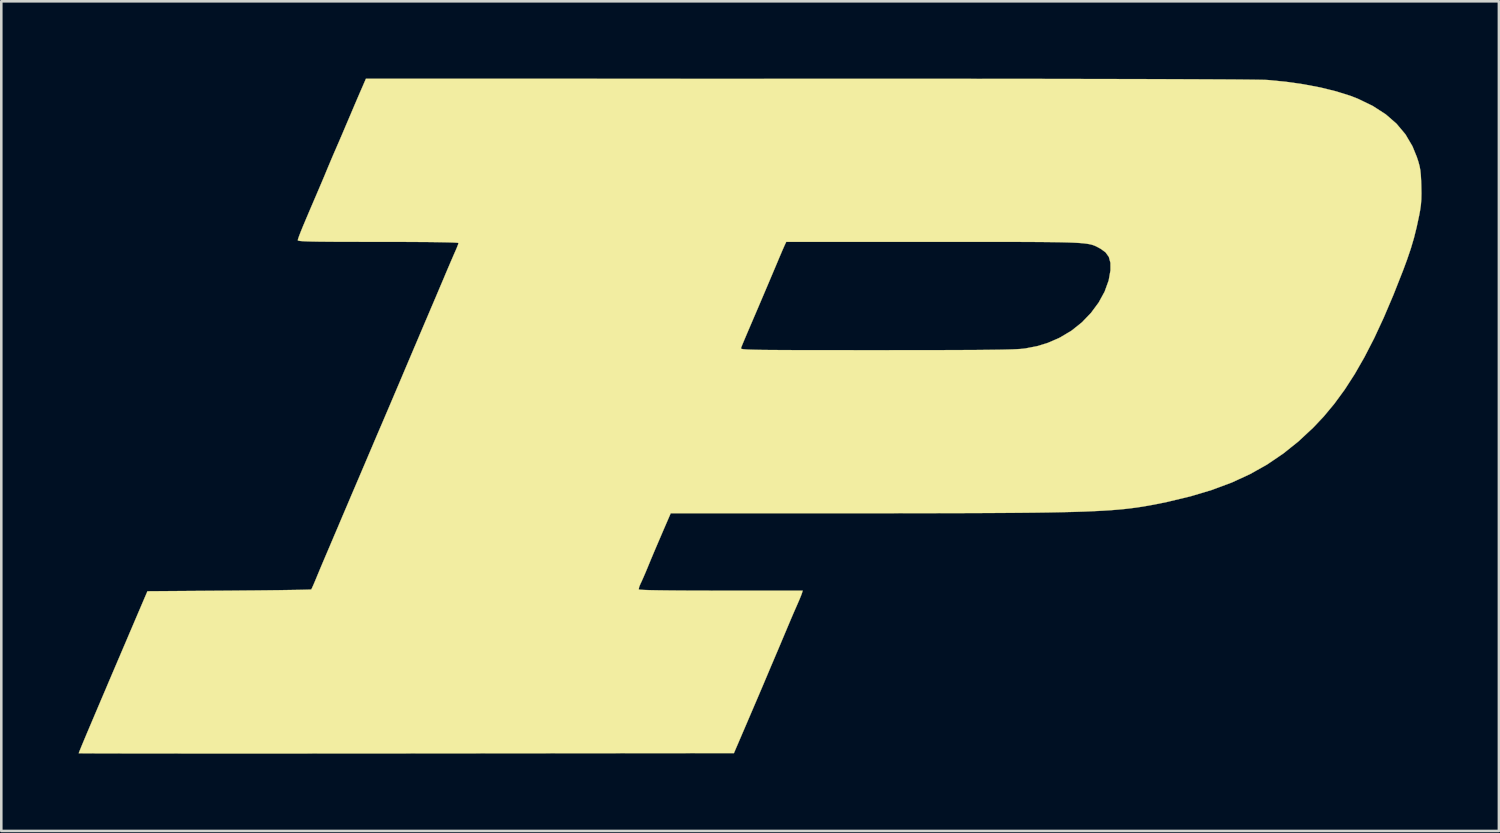
<source format=kicad_pcb>
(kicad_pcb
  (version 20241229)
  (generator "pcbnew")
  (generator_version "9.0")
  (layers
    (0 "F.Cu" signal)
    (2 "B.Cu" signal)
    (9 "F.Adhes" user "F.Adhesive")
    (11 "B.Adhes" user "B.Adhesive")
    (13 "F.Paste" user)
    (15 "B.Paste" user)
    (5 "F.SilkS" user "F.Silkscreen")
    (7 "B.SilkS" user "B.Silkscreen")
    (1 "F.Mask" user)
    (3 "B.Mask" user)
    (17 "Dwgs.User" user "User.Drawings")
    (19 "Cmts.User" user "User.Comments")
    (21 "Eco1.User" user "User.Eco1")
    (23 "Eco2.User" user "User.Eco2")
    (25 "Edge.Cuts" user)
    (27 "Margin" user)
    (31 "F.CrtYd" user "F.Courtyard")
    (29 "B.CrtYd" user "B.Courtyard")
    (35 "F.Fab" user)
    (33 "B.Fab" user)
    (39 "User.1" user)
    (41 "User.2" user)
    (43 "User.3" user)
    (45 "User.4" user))
  (footprint "P"
    (layer "F.Cu")
    (at 25.174 13.121)
    (property "Reference" "P" (at 0 0 0) (layer "F.SilkS") (effects (font (size 1.524 1.524) (thickness 0.3))))
    (attr through_hole)
    (fp_poly (pts (xy 3.134 -13.115) (xy 4.762 -13.115) (xy 6.319 -13.115) (xy 7.804 -13.114) (xy 9.217 -13.113) (xy 10.555 -13.112) (xy 11.818 -13.111) (xy 13.005 -13.109) (xy 14.114 -13.107) (xy 15.144 -13.105) (xy 16.094 -13.103) (xy 16.963 -13.1) (xy 17.75 -13.097) (xy 18.454 -13.094) (xy 19.073 -13.091) (xy 19.607 -13.088) (xy 20.053 -13.084) (xy 20.412 -13.08) (xy 20.681 -13.076) (xy 20.86 -13.072) (xy 20.936 -13.069) (xy 21.65 -13.001) (xy 22.344 -12.902) (xy 23.003 -12.777) (xy 23.611 -12.627) (xy 24.154 -12.457) (xy 24.451 -12.342) (xy 25.032 -12.06) (xy 25.532 -11.738) (xy 25.953 -11.372) (xy 26.298 -10.961) (xy 26.57 -10.5) (xy 26.739 -10.086) (xy 26.804 -9.889) (xy 26.848 -9.723) (xy 26.878 -9.562) (xy 26.896 -9.378) (xy 26.909 -9.145) (xy 26.914 -8.981) (xy 26.92 -8.677) (xy 26.915 -8.433) (xy 26.898 -8.217) (xy 26.865 -7.994) (xy 26.834 -7.826) (xy 26.735 -7.364) (xy 26.63 -6.941) (xy 26.507 -6.526) (xy 26.358 -6.088) (xy 26.21 -5.688) (xy 25.83 -4.725) (xy 25.456 -3.847) (xy 25.085 -3.048) (xy 24.711 -2.322) (xy 24.333 -1.662) (xy 23.946 -1.062) (xy 23.546 -0.515) (xy 23.131 -0.015) (xy 22.724 0.416) (xy 22.149 0.952) (xy 21.555 1.427) (xy 20.933 1.849) (xy 20.273 2.22) (xy 19.566 2.546) (xy 18.801 2.831) (xy 17.97 3.081) (xy 17.062 3.299) (xy 16.741 3.366) (xy 16.52 3.409) (xy 16.304 3.448) (xy 16.088 3.485) (xy 15.868 3.518) (xy 15.639 3.548) (xy 15.397 3.576) (xy 15.138 3.6) (xy 14.856 3.623) (xy 14.549 3.642) (xy 14.21 3.659) (xy 13.836 3.675) (xy 13.423 3.688) (xy 12.965 3.699) (xy 12.46 3.709) (xy 11.901 3.717) (xy 11.285 3.723) (xy 10.607 3.728) (xy 9.863 3.732) (xy 9.049 3.735) (xy 8.159 3.737) (xy 7.19 3.739) (xy 6.138 3.74) (xy 5.075 3.74) (xy -2.204 3.741) (xy -2.299 3.96) (xy -2.47 4.355) (xy -2.609 4.679) (xy -2.723 4.944) (xy -2.817 5.164) (xy -2.896 5.352) (xy -2.967 5.521) (xy -3.035 5.685) (xy -3.08 5.795) (xy -3.171 6.014) (xy -3.26 6.22) (xy -3.334 6.387) (xy -3.378 6.478) (xy -3.427 6.596) (xy -3.444 6.682) (xy -3.44 6.698) (xy -3.388 6.707) (xy -3.248 6.715) (xy -3.021 6.723) (xy -2.713 6.729) (xy -2.326 6.734) (xy -1.864 6.738) (xy -1.33 6.741) (xy -0.727 6.742) (xy -0.248 6.743) (xy 2.916 6.743) (xy 2.885 6.846) (xy 2.852 6.935) (xy 2.792 7.082) (xy 2.716 7.258) (xy 2.689 7.32) (xy 2.591 7.542) (xy 2.479 7.802) (xy 2.374 8.051) (xy 2.351 8.105) (xy 2.268 8.303) (xy 2.161 8.556) (xy 2.043 8.837) (xy 1.925 9.116) (xy 1.893 9.19) (xy 1.78 9.457) (xy 1.664 9.729) (xy 1.559 9.979) (xy 1.474 10.18) (xy 1.453 10.229) (xy 1.394 10.37) (xy 1.304 10.581) (xy 1.191 10.846) (xy 1.061 11.15) (xy 0.921 11.477) (xy 0.777 11.813) (xy 0.773 11.823) (xy 0.248 13.046) (xy -12.461 13.058) (xy -13.538 13.059) (xy -14.591 13.06) (xy -15.615 13.06) (xy -16.608 13.061) (xy -17.566 13.061) (xy -18.485 13.061) (xy -19.36 13.061) (xy -20.189 13.061) (xy -20.968 13.061) (xy -21.692 13.06) (xy -22.359 13.06) (xy -22.965 13.059) (xy -23.505 13.058) (xy -23.976 13.057) (xy -24.374 13.056) (xy -24.696 13.055) (xy -24.938 13.054) (xy -25.095 13.052) (xy -25.166 13.051) (xy -25.169 13.05) (xy -25.151 12.998) (xy -25.096 12.861) (xy -25.005 12.64) (xy -24.877 12.334) (xy -24.712 11.945) (xy -24.523 11.499) (xy -24.407 11.226) (xy -24.287 10.943) (xy -24.174 10.679) (xy -24.082 10.463) (xy -24.062 10.414) (xy -23.978 10.216) (xy -23.87 9.963) (xy -23.75 9.682) (xy -23.631 9.403) (xy -23.599 9.329) (xy -23.474 9.035) (xy -23.335 8.711) (xy -23.2 8.392) (xy -23.082 8.117) (xy -23.067 8.082) (xy -22.958 7.826) (xy -22.845 7.561) (xy -22.741 7.319) (xy -22.663 7.135) (xy -22.504 6.766) (xy -19.338 6.743) (xy -18.805 6.738) (xy -18.301 6.734) (xy -17.831 6.729) (xy -17.403 6.724) (xy -17.026 6.718) (xy -16.706 6.713) (xy -16.452 6.708) (xy -16.27 6.703) (xy -16.168 6.699) (xy -16.149 6.696) (xy -16.123 6.646) (xy -16.071 6.531) (xy -16.002 6.37) (xy -15.965 6.281) (xy -15.887 6.092) (xy -15.785 5.847) (xy -15.669 5.573) (xy -15.552 5.298) (xy -15.518 5.219) (xy -15.393 4.925) (xy -15.255 4.6) (xy -15.119 4.282) (xy -15.003 4.007) (xy -14.988 3.972) (xy -14.875 3.706) (xy -14.741 3.392) (xy -14.603 3.066) (xy -14.474 2.765) (xy -14.457 2.725) (xy -14.33 2.428) (xy -14.189 2.097) (xy -14.05 1.771) (xy -13.929 1.486) (xy -13.916 1.455) (xy -13.8 1.183) (xy -13.676 0.891) (xy -13.558 0.614) (xy -13.463 0.393) (xy -13.376 0.191) (xy -13.279 -0.037) (xy -13.166 -0.301) (xy -13.034 -0.611) (xy -12.879 -0.976) (xy -12.696 -1.406) (xy -12.485 -1.905) (xy -12.26 -2.435) (xy -12.167 -2.655) (xy 0.522 -2.655) (xy 0.532 -2.644) (xy 0.558 -2.634) (xy 0.605 -2.625) (xy 0.676 -2.618) (xy 0.779 -2.611) (xy 0.916 -2.606) (xy 1.094 -2.601) (xy 1.317 -2.597) (xy 1.59 -2.594) (xy 1.918 -2.592) (xy 2.306 -2.59) (xy 2.759 -2.588) (xy 3.282 -2.587) (xy 3.88 -2.587) (xy 4.557 -2.587) (xy 5.318 -2.586) (xy 5.802 -2.586) (xy 6.642 -2.587) (xy 7.394 -2.587) (xy 8.064 -2.588) (xy 8.657 -2.59) (xy 9.178 -2.592) (xy 9.633 -2.594) (xy 10.025 -2.598) (xy 10.361 -2.602) (xy 10.646 -2.606) (xy 10.884 -2.612) (xy 11.08 -2.618) (xy 11.241 -2.626) (xy 11.371 -2.634) (xy 11.474 -2.644) (xy 11.554 -2.654) (xy 12.01 -2.742) (xy 12.421 -2.868) (xy 12.832 -3.045) (xy 12.903 -3.08) (xy 13.344 -3.343) (xy 13.746 -3.664) (xy 14.1 -4.032) (xy 14.397 -4.433) (xy 14.629 -4.857) (xy 14.786 -5.291) (xy 14.856 -5.683) (xy 14.855 -5.974) (xy 14.793 -6.204) (xy 14.663 -6.384) (xy 14.471 -6.522) (xy 14.401 -6.56) (xy 14.337 -6.595) (xy 14.274 -6.626) (xy 14.207 -6.653) (xy 14.131 -6.678) (xy 14.041 -6.699) (xy 13.932 -6.717) (xy 13.799 -6.733) (xy 13.636 -6.746) (xy 13.44 -6.757) (xy 13.204 -6.766) (xy 12.924 -6.773) (xy 12.594 -6.778) (xy 12.21 -6.782) (xy 11.767 -6.785) (xy 11.26 -6.787) (xy 10.683 -6.788) (xy 10.031 -6.789) (xy 9.3 -6.789) (xy 8.485 -6.789) (xy 7.987 -6.789) (xy 2.278 -6.789) (xy 2.218 -6.662) (xy 2.178 -6.572) (xy 2.111 -6.418) (xy 2.026 -6.219) (xy 1.932 -5.996) (xy 1.916 -5.957) (xy 1.561 -5.118) (xy 1.176 -4.213) (xy 0.855 -3.464) (xy 0.751 -3.221) (xy 0.659 -3.003) (xy 0.585 -2.827) (xy 0.537 -2.708) (xy 0.522 -2.667) (xy 0.522 -2.655) (xy -12.167 -2.655) (xy -12.066 -2.891) (xy -11.899 -3.286) (xy -11.753 -3.629) (xy -11.623 -3.933) (xy -11.506 -4.21) (xy -11.42 -4.41) (xy -11.297 -4.699) (xy -11.159 -5.025) (xy -11.023 -5.345) (xy -10.921 -5.588) (xy -10.818 -5.83) (xy -10.716 -6.068) (xy -10.626 -6.276) (xy -10.56 -6.427) (xy -10.557 -6.432) (xy -10.495 -6.578) (xy -10.451 -6.692) (xy -10.437 -6.744) (xy -10.483 -6.753) (xy -10.618 -6.762) (xy -10.841 -6.769) (xy -11.148 -6.775) (xy -11.537 -6.781) (xy -12.005 -6.784) (xy -12.55 -6.787) (xy -13.169 -6.789) (xy -13.554 -6.789) (xy -14.182 -6.789) (xy -14.723 -6.79) (xy -15.183 -6.791) (xy -15.569 -6.794) (xy -15.886 -6.797) (xy -16.14 -6.802) (xy -16.336 -6.808) (xy -16.482 -6.815) (xy -16.582 -6.823) (xy -16.642 -6.833) (xy -16.669 -6.845) (xy -16.672 -6.85) (xy -16.66 -6.902) (xy -16.625 -7.004) (xy -16.564 -7.163) (xy -16.475 -7.383) (xy -16.354 -7.67) (xy -16.201 -8.031) (xy -16.013 -8.47) (xy -16.001 -8.497) (xy -15.883 -8.773) (xy -15.763 -9.054) (xy -15.653 -9.314) (xy -15.564 -9.528) (xy -15.532 -9.606) (xy -15.435 -9.838) (xy -15.328 -10.091) (xy -15.231 -10.316) (xy -15.218 -10.345) (xy -15.149 -10.504) (xy -15.053 -10.726) (xy -14.94 -10.989) (xy -14.821 -11.27) (xy -14.733 -11.476) (xy -14.61 -11.764) (xy -14.485 -12.059) (xy -14.367 -12.335) (xy -14.267 -12.568) (xy -14.214 -12.688) (xy -14.029 -13.116) (xy 3.134 -13.115)) (stroke (width 0.01) (type solid)) (fill yes) (layer "F.SilkS")))
  (gr_rect
    (start -3 -3)
    (end 55.099 29.187)
    (stroke (width 0.1) (type default))
    (fill no)
    (layer "Edge.Cuts")))
</source>
